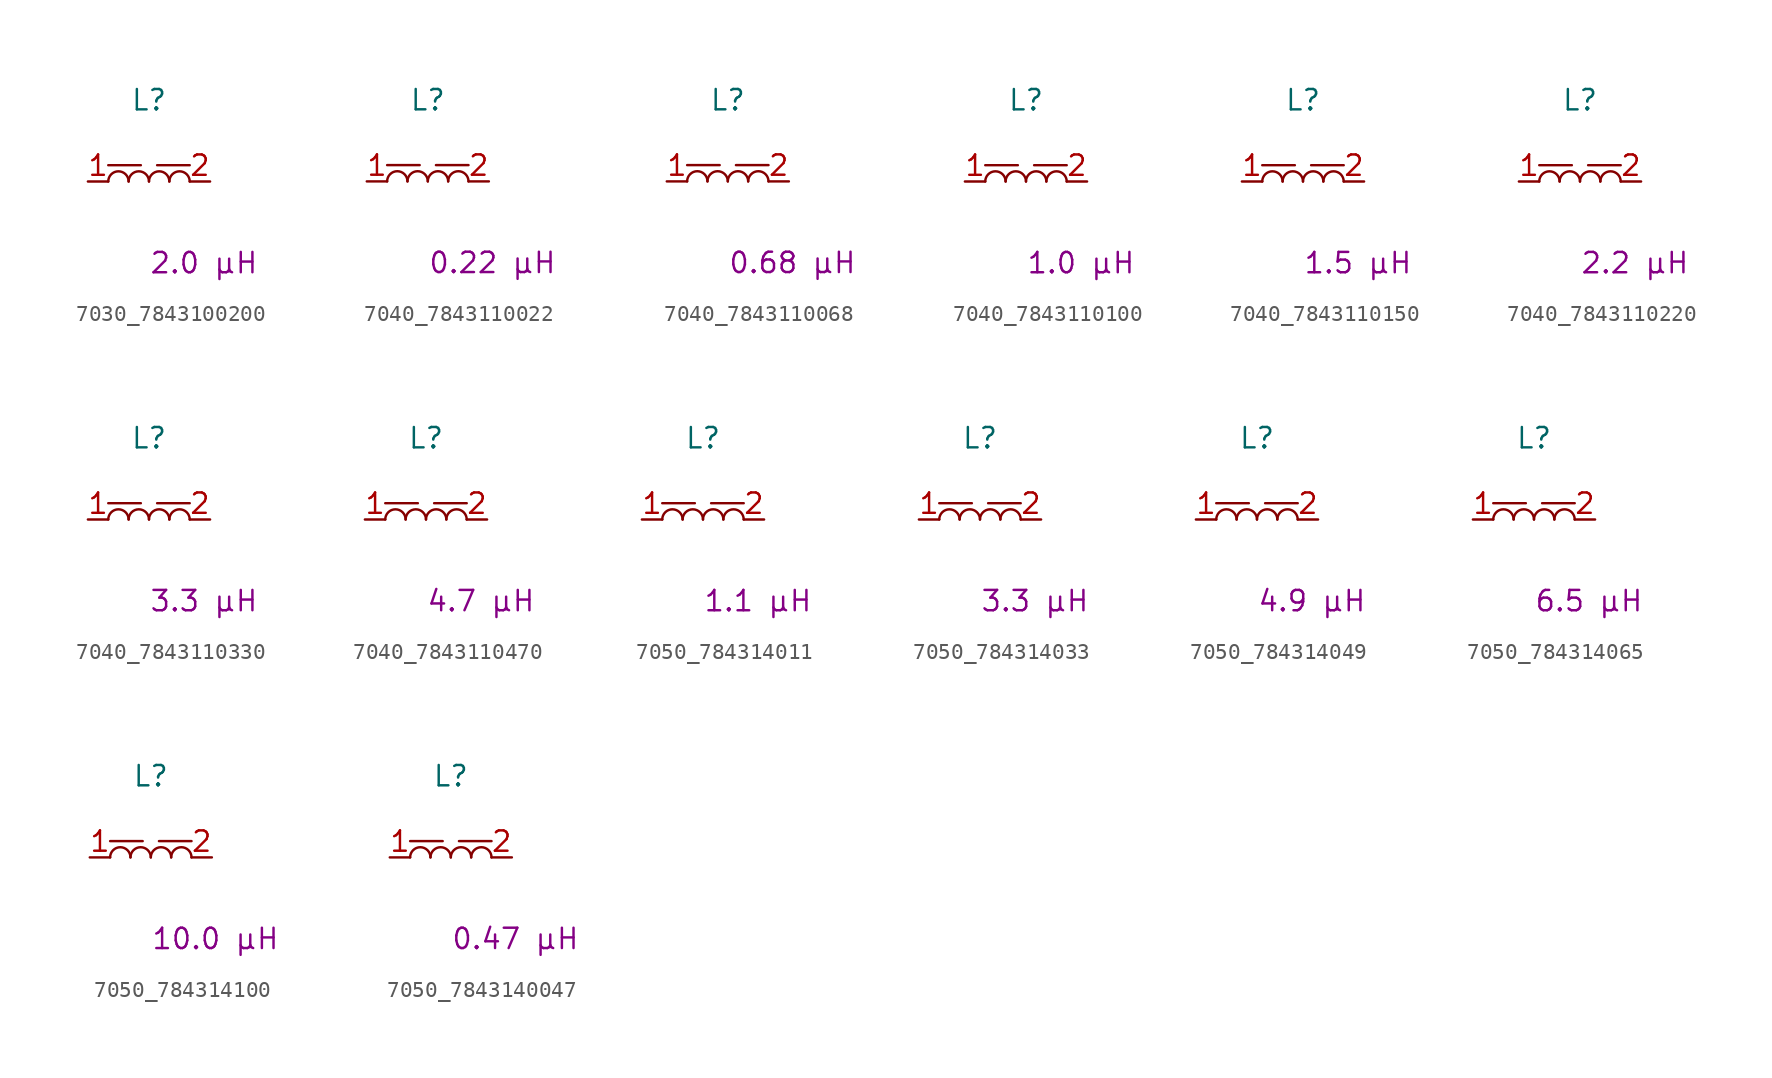
<source format=kicad_sym>
(kicad_symbol_lib
  (version 20220914)
  (generator kicad_symbol_editor)
  (symbol "7030_7843100200"
    (pin_names hide)
    (property "Reference" "L"
      (at 0 5.08 0)
      (effects (font (size 1.27 1.27))))
    (property "Critical Parameter" "2.0 µH"
      (at 0 -5.08 0)
      (effects (font (size 1.27 1.27)) (justify left)))
    (symbol "7030_7843100200_0_1"
      (arc (start -1.27 0) (mid -1.905 0.6323) (end -2.54 0) (stroke (width 0) (type default)) (fill (type none)))
      (arc (start 0 0) (mid -0.635 0.6323) (end -1.27 0) (stroke (width 0) (type default)) (fill (type none)))
      (polyline (pts (xy -2.54 1.016) (xy -0.508 1.016)) (stroke (width 0) (type default)) (fill (type none)))
      (arc (start 1.27 0) (mid 0.635 0.6323) (end 0 0) (stroke (width 0) (type default)) (fill (type none)))
      (arc (start 2.54 0) (mid 1.905 0.6323) (end 1.27 0) (stroke (width 0) (type default)) (fill (type none))))
    (symbol "7030_7843100200_1_1"
      (polyline (pts (xy 2.54 1.016) (xy 0.508 1.016)) (stroke (width 0) (type default)) (fill (type none)))
      (pin passive line (at -3.81 0 0) (length 1.27) (name "1" (effects (font (size 1.27 1.27)))) (number "1" (effects (font (size 1.27 1.27)))))
      (pin passive line (at 3.81 0 180) (length 1.27) (name "2" (effects (font (size 1.27 1.27)))) (number "2" (effects (font (size 1.27 1.27)))))))
  (symbol "7040_7843110022"
    (pin_names hide)
    (property "Reference" "L"
      (at 0 5.08 0)
      (effects (font (size 1.27 1.27))))
    (property "Critical Parameter" "0.22 µH"
      (at 0 -5.08 0)
      (effects (font (size 1.27 1.27)) (justify left)))
    (symbol "7040_7843110022_0_1"
      (arc (start -1.27 0) (mid -1.905 0.6323) (end -2.54 0) (stroke (width 0) (type default)) (fill (type none)))
      (arc (start 0 0) (mid -0.635 0.6323) (end -1.27 0) (stroke (width 0) (type default)) (fill (type none)))
      (polyline (pts (xy -2.54 1.016) (xy -0.508 1.016)) (stroke (width 0) (type default)) (fill (type none)))
      (arc (start 1.27 0) (mid 0.635 0.6323) (end 0 0) (stroke (width 0) (type default)) (fill (type none)))
      (arc (start 2.54 0) (mid 1.905 0.6323) (end 1.27 0) (stroke (width 0) (type default)) (fill (type none))))
    (symbol "7040_7843110022_1_1"
      (polyline (pts (xy 2.54 1.016) (xy 0.508 1.016)) (stroke (width 0) (type default)) (fill (type none)))
      (pin passive line (at -3.81 0 0) (length 1.27) (name "1" (effects (font (size 1.27 1.27)))) (number "1" (effects (font (size 1.27 1.27)))))
      (pin passive line (at 3.81 0 180) (length 1.27) (name "2" (effects (font (size 1.27 1.27)))) (number "2" (effects (font (size 1.27 1.27)))))))
  (symbol "7040_7843110068"
    (pin_names hide)
    (property "Reference" "L"
      (at 0 5.08 0)
      (effects (font (size 1.27 1.27))))
    (property "Critical Parameter" "0.68 µH"
      (at 0 -5.08 0)
      (effects (font (size 1.27 1.27)) (justify left)))
    (symbol "7040_7843110068_0_1"
      (arc (start -1.27 0) (mid -1.905 0.6323) (end -2.54 0) (stroke (width 0) (type default)) (fill (type none)))
      (arc (start 0 0) (mid -0.635 0.6323) (end -1.27 0) (stroke (width 0) (type default)) (fill (type none)))
      (polyline (pts (xy -2.54 1.016) (xy -0.508 1.016)) (stroke (width 0) (type default)) (fill (type none)))
      (arc (start 1.27 0) (mid 0.635 0.6323) (end 0 0) (stroke (width 0) (type default)) (fill (type none)))
      (arc (start 2.54 0) (mid 1.905 0.6323) (end 1.27 0) (stroke (width 0) (type default)) (fill (type none))))
    (symbol "7040_7843110068_1_1"
      (polyline (pts (xy 2.54 1.016) (xy 0.508 1.016)) (stroke (width 0) (type default)) (fill (type none)))
      (pin passive line (at -3.81 0 0) (length 1.27) (name "1" (effects (font (size 1.27 1.27)))) (number "1" (effects (font (size 1.27 1.27)))))
      (pin passive line (at 3.81 0 180) (length 1.27) (name "2" (effects (font (size 1.27 1.27)))) (number "2" (effects (font (size 1.27 1.27)))))))
  (symbol "7040_7843110100"
    (pin_names hide)
    (property "Reference" "L"
      (at 0 5.08 0)
      (effects (font (size 1.27 1.27))))
    (property "Critical Parameter" "1.0 µH"
      (at 0 -5.08 0)
      (effects (font (size 1.27 1.27)) (justify left)))
    (symbol "7040_7843110100_0_1"
      (arc (start -1.27 0) (mid -1.905 0.6323) (end -2.54 0) (stroke (width 0) (type default)) (fill (type none)))
      (arc (start 0 0) (mid -0.635 0.6323) (end -1.27 0) (stroke (width 0) (type default)) (fill (type none)))
      (polyline (pts (xy -2.54 1.016) (xy -0.508 1.016)) (stroke (width 0) (type default)) (fill (type none)))
      (arc (start 1.27 0) (mid 0.635 0.6323) (end 0 0) (stroke (width 0) (type default)) (fill (type none)))
      (arc (start 2.54 0) (mid 1.905 0.6323) (end 1.27 0) (stroke (width 0) (type default)) (fill (type none))))
    (symbol "7040_7843110100_1_1"
      (polyline (pts (xy 2.54 1.016) (xy 0.508 1.016)) (stroke (width 0) (type default)) (fill (type none)))
      (pin passive line (at -3.81 0 0) (length 1.27) (name "1" (effects (font (size 1.27 1.27)))) (number "1" (effects (font (size 1.27 1.27)))))
      (pin passive line (at 3.81 0 180) (length 1.27) (name "2" (effects (font (size 1.27 1.27)))) (number "2" (effects (font (size 1.27 1.27)))))))
  (symbol "7040_7843110150"
    (pin_names hide)
    (property "Reference" "L"
      (at 0 5.08 0)
      (effects (font (size 1.27 1.27))))
    (property "Critical Parameter" "1.5 µH"
      (at 0 -5.08 0)
      (effects (font (size 1.27 1.27)) (justify left)))
    (symbol "7040_7843110150_0_1"
      (arc (start -1.27 0) (mid -1.905 0.6323) (end -2.54 0) (stroke (width 0) (type default)) (fill (type none)))
      (arc (start 0 0) (mid -0.635 0.6323) (end -1.27 0) (stroke (width 0) (type default)) (fill (type none)))
      (polyline (pts (xy -2.54 1.016) (xy -0.508 1.016)) (stroke (width 0) (type default)) (fill (type none)))
      (arc (start 1.27 0) (mid 0.635 0.6323) (end 0 0) (stroke (width 0) (type default)) (fill (type none)))
      (arc (start 2.54 0) (mid 1.905 0.6323) (end 1.27 0) (stroke (width 0) (type default)) (fill (type none))))
    (symbol "7040_7843110150_1_1"
      (polyline (pts (xy 2.54 1.016) (xy 0.508 1.016)) (stroke (width 0) (type default)) (fill (type none)))
      (pin passive line (at -3.81 0 0) (length 1.27) (name "1" (effects (font (size 1.27 1.27)))) (number "1" (effects (font (size 1.27 1.27)))))
      (pin passive line (at 3.81 0 180) (length 1.27) (name "2" (effects (font (size 1.27 1.27)))) (number "2" (effects (font (size 1.27 1.27)))))))
  (symbol "7040_7843110220"
    (pin_names hide)
    (property "Reference" "L"
      (at 0 5.08 0)
      (effects (font (size 1.27 1.27))))
    (property "Critical Parameter" "2.2 µH"
      (at 0 -5.08 0)
      (effects (font (size 1.27 1.27)) (justify left)))
    (symbol "7040_7843110220_0_1"
      (arc (start -1.27 0) (mid -1.905 0.6323) (end -2.54 0) (stroke (width 0) (type default)) (fill (type none)))
      (arc (start 0 0) (mid -0.635 0.6323) (end -1.27 0) (stroke (width 0) (type default)) (fill (type none)))
      (polyline (pts (xy -2.54 1.016) (xy -0.508 1.016)) (stroke (width 0) (type default)) (fill (type none)))
      (arc (start 1.27 0) (mid 0.635 0.6323) (end 0 0) (stroke (width 0) (type default)) (fill (type none)))
      (arc (start 2.54 0) (mid 1.905 0.6323) (end 1.27 0) (stroke (width 0) (type default)) (fill (type none))))
    (symbol "7040_7843110220_1_1"
      (polyline (pts (xy 2.54 1.016) (xy 0.508 1.016)) (stroke (width 0) (type default)) (fill (type none)))
      (pin passive line (at -3.81 0 0) (length 1.27) (name "1" (effects (font (size 1.27 1.27)))) (number "1" (effects (font (size 1.27 1.27)))))
      (pin passive line (at 3.81 0 180) (length 1.27) (name "2" (effects (font (size 1.27 1.27)))) (number "2" (effects (font (size 1.27 1.27)))))))
  (symbol "7040_7843110330"
    (pin_names hide)
    (property "Reference" "L"
      (at 0 5.08 0)
      (effects (font (size 1.27 1.27))))
    (property "Critical Parameter" "3.3 µH"
      (at 0 -5.08 0)
      (effects (font (size 1.27 1.27)) (justify left)))
    (symbol "7040_7843110330_0_1"
      (arc (start -1.27 0) (mid -1.905 0.6323) (end -2.54 0) (stroke (width 0) (type default)) (fill (type none)))
      (arc (start 0 0) (mid -0.635 0.6323) (end -1.27 0) (stroke (width 0) (type default)) (fill (type none)))
      (polyline (pts (xy -2.54 1.016) (xy -0.508 1.016)) (stroke (width 0) (type default)) (fill (type none)))
      (arc (start 1.27 0) (mid 0.635 0.6323) (end 0 0) (stroke (width 0) (type default)) (fill (type none)))
      (arc (start 2.54 0) (mid 1.905 0.6323) (end 1.27 0) (stroke (width 0) (type default)) (fill (type none))))
    (symbol "7040_7843110330_1_1"
      (polyline (pts (xy 2.54 1.016) (xy 0.508 1.016)) (stroke (width 0) (type default)) (fill (type none)))
      (pin passive line (at -3.81 0 0) (length 1.27) (name "1" (effects (font (size 1.27 1.27)))) (number "1" (effects (font (size 1.27 1.27)))))
      (pin passive line (at 3.81 0 180) (length 1.27) (name "2" (effects (font (size 1.27 1.27)))) (number "2" (effects (font (size 1.27 1.27)))))))
  (symbol "7040_7843110470"
    (pin_names hide)
    (property "Reference" "L"
      (at 0 5.08 0)
      (effects (font (size 1.27 1.27))))
    (property "Critical Parameter" "4.7 µH"
      (at 0 -5.08 0)
      (effects (font (size 1.27 1.27)) (justify left)))
    (symbol "7040_7843110470_0_1"
      (arc (start -1.27 0) (mid -1.905 0.6323) (end -2.54 0) (stroke (width 0) (type default)) (fill (type none)))
      (arc (start 0 0) (mid -0.635 0.6323) (end -1.27 0) (stroke (width 0) (type default)) (fill (type none)))
      (polyline (pts (xy -2.54 1.016) (xy -0.508 1.016)) (stroke (width 0) (type default)) (fill (type none)))
      (arc (start 1.27 0) (mid 0.635 0.6323) (end 0 0) (stroke (width 0) (type default)) (fill (type none)))
      (arc (start 2.54 0) (mid 1.905 0.6323) (end 1.27 0) (stroke (width 0) (type default)) (fill (type none))))
    (symbol "7040_7843110470_1_1"
      (polyline (pts (xy 2.54 1.016) (xy 0.508 1.016)) (stroke (width 0) (type default)) (fill (type none)))
      (pin passive line (at -3.81 0 0) (length 1.27) (name "1" (effects (font (size 1.27 1.27)))) (number "1" (effects (font (size 1.27 1.27)))))
      (pin passive line (at 3.81 0 180) (length 1.27) (name "2" (effects (font (size 1.27 1.27)))) (number "2" (effects (font (size 1.27 1.27)))))))
  (symbol "7050_784314011"
    (pin_names hide)
    (property "Reference" "L"
      (at 0 5.08 0)
      (effects (font (size 1.27 1.27))))
    (property "Critical Parameter" "1.1 µH"
      (at 0 -5.08 0)
      (effects (font (size 1.27 1.27)) (justify left)))
    (symbol "7050_784314011_0_1"
      (arc (start -1.27 0) (mid -1.905 0.6323) (end -2.54 0) (stroke (width 0) (type default)) (fill (type none)))
      (arc (start 0 0) (mid -0.635 0.6323) (end -1.27 0) (stroke (width 0) (type default)) (fill (type none)))
      (polyline (pts (xy -2.54 1.016) (xy -0.508 1.016)) (stroke (width 0) (type default)) (fill (type none)))
      (arc (start 1.27 0) (mid 0.635 0.6323) (end 0 0) (stroke (width 0) (type default)) (fill (type none)))
      (arc (start 2.54 0) (mid 1.905 0.6323) (end 1.27 0) (stroke (width 0) (type default)) (fill (type none))))
    (symbol "7050_784314011_1_1"
      (polyline (pts (xy 2.54 1.016) (xy 0.508 1.016)) (stroke (width 0) (type default)) (fill (type none)))
      (pin passive line (at -3.81 0 0) (length 1.27) (name "1" (effects (font (size 1.27 1.27)))) (number "1" (effects (font (size 1.27 1.27)))))
      (pin passive line (at 3.81 0 180) (length 1.27) (name "2" (effects (font (size 1.27 1.27)))) (number "2" (effects (font (size 1.27 1.27)))))))
  (symbol "7050_784314033"
    (pin_names hide)
    (property "Reference" "L"
      (at 0 5.08 0)
      (effects (font (size 1.27 1.27))))
    (property "Critical Parameter" "3.3 µH"
      (at 0 -5.08 0)
      (effects (font (size 1.27 1.27)) (justify left)))
    (symbol "7050_784314033_0_1"
      (arc (start -1.27 0) (mid -1.905 0.6323) (end -2.54 0) (stroke (width 0) (type default)) (fill (type none)))
      (arc (start 0 0) (mid -0.635 0.6323) (end -1.27 0) (stroke (width 0) (type default)) (fill (type none)))
      (polyline (pts (xy -2.54 1.016) (xy -0.508 1.016)) (stroke (width 0) (type default)) (fill (type none)))
      (arc (start 1.27 0) (mid 0.635 0.6323) (end 0 0) (stroke (width 0) (type default)) (fill (type none)))
      (arc (start 2.54 0) (mid 1.905 0.6323) (end 1.27 0) (stroke (width 0) (type default)) (fill (type none))))
    (symbol "7050_784314033_1_1"
      (polyline (pts (xy 2.54 1.016) (xy 0.508 1.016)) (stroke (width 0) (type default)) (fill (type none)))
      (pin passive line (at -3.81 0 0) (length 1.27) (name "1" (effects (font (size 1.27 1.27)))) (number "1" (effects (font (size 1.27 1.27)))))
      (pin passive line (at 3.81 0 180) (length 1.27) (name "2" (effects (font (size 1.27 1.27)))) (number "2" (effects (font (size 1.27 1.27)))))))
  (symbol "7050_784314049"
    (pin_names hide)
    (property "Reference" "L"
      (at 0 5.08 0)
      (effects (font (size 1.27 1.27))))
    (property "Critical Parameter" "4.9 µH"
      (at 0 -5.08 0)
      (effects (font (size 1.27 1.27)) (justify left)))
    (symbol "7050_784314049_0_1"
      (arc (start -1.27 0) (mid -1.905 0.6323) (end -2.54 0) (stroke (width 0) (type default)) (fill (type none)))
      (arc (start 0 0) (mid -0.635 0.6323) (end -1.27 0) (stroke (width 0) (type default)) (fill (type none)))
      (polyline (pts (xy -2.54 1.016) (xy -0.508 1.016)) (stroke (width 0) (type default)) (fill (type none)))
      (arc (start 1.27 0) (mid 0.635 0.6323) (end 0 0) (stroke (width 0) (type default)) (fill (type none)))
      (arc (start 2.54 0) (mid 1.905 0.6323) (end 1.27 0) (stroke (width 0) (type default)) (fill (type none))))
    (symbol "7050_784314049_1_1"
      (polyline (pts (xy 2.54 1.016) (xy 0.508 1.016)) (stroke (width 0) (type default)) (fill (type none)))
      (pin passive line (at -3.81 0 0) (length 1.27) (name "1" (effects (font (size 1.27 1.27)))) (number "1" (effects (font (size 1.27 1.27)))))
      (pin passive line (at 3.81 0 180) (length 1.27) (name "2" (effects (font (size 1.27 1.27)))) (number "2" (effects (font (size 1.27 1.27)))))))
  (symbol "7050_784314065"
    (pin_names hide)
    (property "Reference" "L"
      (at 0 5.08 0)
      (effects (font (size 1.27 1.27))))
    (property "Critical Parameter" "6.5 µH"
      (at 0 -5.08 0)
      (effects (font (size 1.27 1.27)) (justify left)))
    (symbol "7050_784314065_0_1"
      (arc (start -1.27 0) (mid -1.905 0.6323) (end -2.54 0) (stroke (width 0) (type default)) (fill (type none)))
      (arc (start 0 0) (mid -0.635 0.6323) (end -1.27 0) (stroke (width 0) (type default)) (fill (type none)))
      (polyline (pts (xy -2.54 1.016) (xy -0.508 1.016)) (stroke (width 0) (type default)) (fill (type none)))
      (arc (start 1.27 0) (mid 0.635 0.6323) (end 0 0) (stroke (width 0) (type default)) (fill (type none)))
      (arc (start 2.54 0) (mid 1.905 0.6323) (end 1.27 0) (stroke (width 0) (type default)) (fill (type none))))
    (symbol "7050_784314065_1_1"
      (polyline (pts (xy 2.54 1.016) (xy 0.508 1.016)) (stroke (width 0) (type default)) (fill (type none)))
      (pin passive line (at -3.81 0 0) (length 1.27) (name "1" (effects (font (size 1.27 1.27)))) (number "1" (effects (font (size 1.27 1.27)))))
      (pin passive line (at 3.81 0 180) (length 1.27) (name "2" (effects (font (size 1.27 1.27)))) (number "2" (effects (font (size 1.27 1.27)))))))
  (symbol "7050_784314100"
    (pin_names hide)
    (property "Reference" "L"
      (at 0 5.08 0)
      (effects (font (size 1.27 1.27))))
    (property "Critical Parameter" "10.0 µH"
      (at 0 -5.08 0)
      (effects (font (size 1.27 1.27)) (justify left)))
    (symbol "7050_784314100_0_1"
      (arc (start -1.27 0) (mid -1.905 0.6323) (end -2.54 0) (stroke (width 0) (type default)) (fill (type none)))
      (arc (start 0 0) (mid -0.635 0.6323) (end -1.27 0) (stroke (width 0) (type default)) (fill (type none)))
      (polyline (pts (xy -2.54 1.016) (xy -0.508 1.016)) (stroke (width 0) (type default)) (fill (type none)))
      (arc (start 1.27 0) (mid 0.635 0.6323) (end 0 0) (stroke (width 0) (type default)) (fill (type none)))
      (arc (start 2.54 0) (mid 1.905 0.6323) (end 1.27 0) (stroke (width 0) (type default)) (fill (type none))))
    (symbol "7050_784314100_1_1"
      (polyline (pts (xy 2.54 1.016) (xy 0.508 1.016)) (stroke (width 0) (type default)) (fill (type none)))
      (pin passive line (at -3.81 0 0) (length 1.27) (name "1" (effects (font (size 1.27 1.27)))) (number "1" (effects (font (size 1.27 1.27)))))
      (pin passive line (at 3.81 0 180) (length 1.27) (name "2" (effects (font (size 1.27 1.27)))) (number "2" (effects (font (size 1.27 1.27)))))))
  (symbol "7050_7843140047"
    (pin_names hide)
    (property "Reference" "L"
      (at 0 5.08 0)
      (effects (font (size 1.27 1.27))))
    (property "Critical Parameter" "0.47 µH"
      (at 0 -5.08 0)
      (effects (font (size 1.27 1.27)) (justify left)))
    (symbol "7050_7843140047_0_1"
      (arc (start -1.27 0) (mid -1.905 0.6323) (end -2.54 0) (stroke (width 0) (type default)) (fill (type none)))
      (arc (start 0 0) (mid -0.635 0.6323) (end -1.27 0) (stroke (width 0) (type default)) (fill (type none)))
      (polyline (pts (xy -2.54 1.016) (xy -0.508 1.016)) (stroke (width 0) (type default)) (fill (type none)))
      (arc (start 1.27 0) (mid 0.635 0.6323) (end 0 0) (stroke (width 0) (type default)) (fill (type none)))
      (arc (start 2.54 0) (mid 1.905 0.6323) (end 1.27 0) (stroke (width 0) (type default)) (fill (type none))))
    (symbol "7050_7843140047_1_1"
      (polyline (pts (xy 2.54 1.016) (xy 0.508 1.016)) (stroke (width 0) (type default)) (fill (type none)))
      (pin passive line (at -3.81 0 0) (length 1.27) (name "1" (effects (font (size 1.27 1.27)))) (number "1" (effects (font (size 1.27 1.27)))))
      (pin passive line (at 3.81 0 180) (length 1.27) (name "2" (effects (font (size 1.27 1.27)))) (number "2" (effects (font (size 1.27 1.27))))))))
</source>
